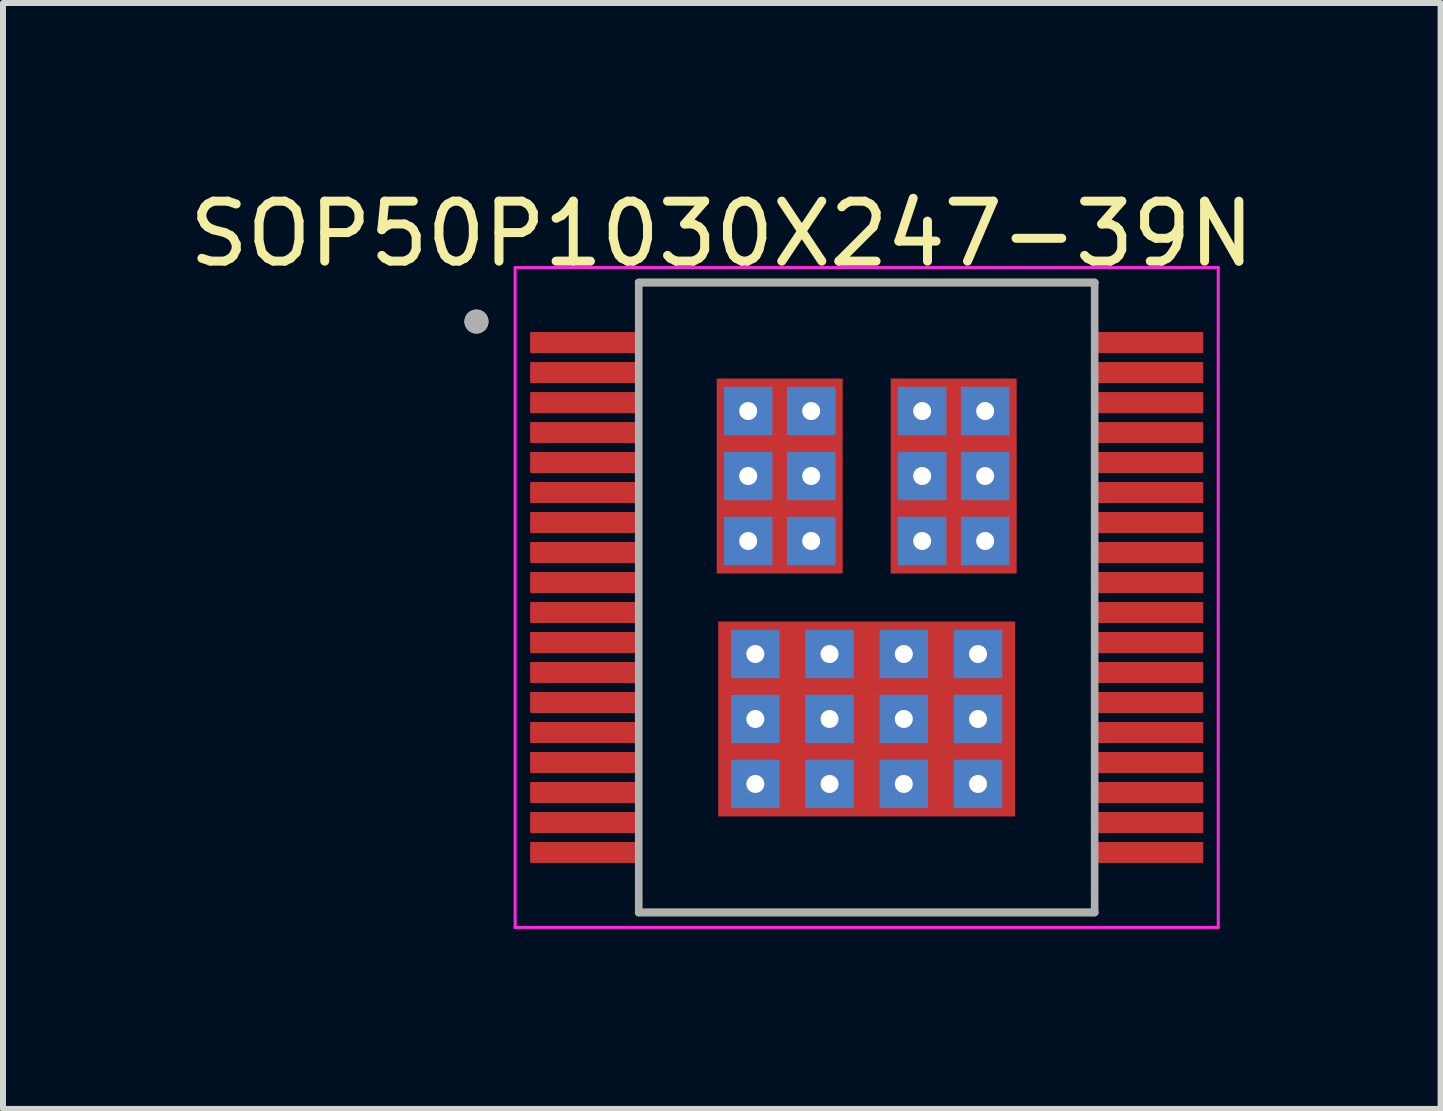
<source format=kicad_pcb>
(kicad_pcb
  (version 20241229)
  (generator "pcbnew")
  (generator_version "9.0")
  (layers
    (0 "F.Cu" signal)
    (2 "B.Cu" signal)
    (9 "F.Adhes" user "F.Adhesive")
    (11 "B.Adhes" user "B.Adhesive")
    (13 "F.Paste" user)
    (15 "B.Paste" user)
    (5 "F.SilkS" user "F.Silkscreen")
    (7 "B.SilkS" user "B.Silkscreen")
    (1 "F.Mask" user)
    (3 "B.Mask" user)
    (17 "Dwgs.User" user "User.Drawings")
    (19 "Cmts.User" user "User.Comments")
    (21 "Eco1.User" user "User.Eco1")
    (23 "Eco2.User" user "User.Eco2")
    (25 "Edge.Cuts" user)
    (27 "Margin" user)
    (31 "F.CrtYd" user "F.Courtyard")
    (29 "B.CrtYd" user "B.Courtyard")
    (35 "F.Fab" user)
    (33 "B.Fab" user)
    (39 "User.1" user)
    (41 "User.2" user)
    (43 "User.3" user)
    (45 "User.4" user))
  (footprint "SOP50P1030X247-39N"
    (layer "F.Cu")
    (at 11.397 6.91)
    (property "Reference" "SOP50P1030X247-39N" (at -2.415 -6.062 0) (layer "F.SilkS") (effects (font (size 1 1) (thickness 0.15))))
    (attr through_hole)
    (fp_line (start -3.8 -5.25) (end 3.8 -5.25) (stroke (width 0.127) (type solid)) (layer "F.SilkS"))
    (fp_line (start -3.8 5.25) (end 3.8 5.25) (stroke (width 0.127) (type solid)) (layer "F.SilkS"))
    (fp_circle (center -6.505 -4.6) (end -6.405 -4.6) (stroke (width 0.2) (type solid)) (fill no) (layer "F.SilkS"))
    (fp_poly (pts (xy -2.192 -3.174) (xy -0.708 -3.174) (xy -0.708 -0.876) (xy -2.192 -0.876)) (stroke (width 0.01) (type solid)) (fill yes) (layer "F.Paste"))
    (fp_poly (pts (xy -1.75 0.876) (xy 1.75 0.876) (xy 1.75 3.174) (xy -1.75 3.174)) (stroke (width 0.01) (type solid)) (fill yes) (layer "F.Paste"))
    (fp_poly (pts (xy 0.708 -3.174) (xy 2.192 -3.174) (xy 2.192 -0.876) (xy 0.708 -0.876)) (stroke (width 0.01) (type solid)) (fill yes) (layer "F.Paste"))
    (fp_line (start -5.86 -5.5) (end -5.86 5.5) (stroke (width 0.05) (type solid)) (layer "F.CrtYd"))
    (fp_line (start -5.86 -5.5) (end 5.86 -5.5) (stroke (width 0.05) (type solid)) (layer "F.CrtYd"))
    (fp_line (start -5.86 5.5) (end 5.86 5.5) (stroke (width 0.05) (type solid)) (layer "F.CrtYd"))
    (fp_line (start 5.86 -5.5) (end 5.86 5.5) (stroke (width 0.05) (type solid)) (layer "F.CrtYd"))
    (fp_line (start -3.8 -5.25) (end -3.8 5.25) (stroke (width 0.127) (type solid)) (layer "F.Fab"))
    (fp_line (start -3.8 -5.25) (end 3.8 -5.25) (stroke (width 0.127) (type solid)) (layer "F.Fab"))
    (fp_line (start -3.8 5.25) (end 3.8 5.25) (stroke (width 0.127) (type solid)) (layer "F.Fab"))
    (fp_line (start 3.8 -5.25) (end 3.8 5.25) (stroke (width 0.127) (type solid)) (layer "F.Fab"))
    (fp_circle (center -6.505 -4.6) (end -6.405 -4.6) (stroke (width 0.2) (type solid)) (fill no) (layer "F.Fab"))
    (pad "1" smd roundrect (at -4.715 -4.25) (size 1.79 0.35) (layers "F.Cu" "F.Mask" "F.Paste") (roundrect_rratio 0.04))
    (pad "2" smd roundrect (at -4.715 -3.75) (size 1.79 0.35) (layers "F.Cu" "F.Mask" "F.Paste") (roundrect_rratio 0.04))
    (pad "3" smd roundrect (at -4.715 -3.25) (size 1.79 0.35) (layers "F.Cu" "F.Mask" "F.Paste") (roundrect_rratio 0.04))
    (pad "4" smd roundrect (at -4.715 -2.75) (size 1.79 0.35) (layers "F.Cu" "F.Mask" "F.Paste") (roundrect_rratio 0.04))
    (pad "5" smd roundrect (at -4.715 -2.25) (size 1.79 0.35) (layers "F.Cu" "F.Mask" "F.Paste") (roundrect_rratio 0.04))
    (pad "6" smd roundrect (at -4.715 -1.75) (size 1.79 0.35) (layers "F.Cu" "F.Mask" "F.Paste") (roundrect_rratio 0.04))
    (pad "7" smd roundrect (at -4.715 -1.25) (size 1.79 0.35) (layers "F.Cu" "F.Mask" "F.Paste") (roundrect_rratio 0.04))
    (pad "8" smd roundrect (at -4.715 -0.75) (size 1.79 0.35) (layers "F.Cu" "F.Mask" "F.Paste") (roundrect_rratio 0.04))
    (pad "9" smd roundrect (at -4.715 -0.25) (size 1.79 0.35) (layers "F.Cu" "F.Mask" "F.Paste") (roundrect_rratio 0.04))
    (pad "10" smd roundrect (at -4.715 0.25) (size 1.79 0.35) (layers "F.Cu" "F.Mask" "F.Paste") (roundrect_rratio 0.04))
    (pad "11" smd roundrect (at -4.715 0.75) (size 1.79 0.35) (layers "F.Cu" "F.Mask" "F.Paste") (roundrect_rratio 0.04))
    (pad "12" smd roundrect (at -4.715 1.25) (size 1.79 0.35) (layers "F.Cu" "F.Mask" "F.Paste") (roundrect_rratio 0.04))
    (pad "13" smd roundrect (at -4.715 1.75) (size 1.79 0.35) (layers "F.Cu" "F.Mask" "F.Paste") (roundrect_rratio 0.04))
    (pad "14" smd roundrect (at -4.715 2.25) (size 1.79 0.35) (layers "F.Cu" "F.Mask" "F.Paste") (roundrect_rratio 0.04))
    (pad "15" smd roundrect (at -4.715 2.75) (size 1.79 0.35) (layers "F.Cu" "F.Mask" "F.Paste") (roundrect_rratio 0.04))
    (pad "16" smd roundrect (at -4.715 3.25) (size 1.79 0.35) (layers "F.Cu" "F.Mask" "F.Paste") (roundrect_rratio 0.04))
    (pad "17" smd roundrect (at -4.715 3.75) (size 1.79 0.35) (layers "F.Cu" "F.Mask" "F.Paste") (roundrect_rratio 0.04))
    (pad "18" smd roundrect (at -4.715 4.25) (size 1.79 0.35) (layers "F.Cu" "F.Mask" "F.Paste") (roundrect_rratio 0.04))
    (pad "19" smd roundrect (at 4.715 4.25) (size 1.79 0.35) (layers "F.Cu" "F.Mask" "F.Paste") (roundrect_rratio 0.04))
    (pad "20" smd roundrect (at 4.715 3.75) (size 1.79 0.35) (layers "F.Cu" "F.Mask" "F.Paste") (roundrect_rratio 0.04))
    (pad "21" smd roundrect (at 4.715 3.25) (size 1.79 0.35) (layers "F.Cu" "F.Mask" "F.Paste") (roundrect_rratio 0.04))
    (pad "22" smd roundrect (at 4.715 2.75) (size 1.79 0.35) (layers "F.Cu" "F.Mask" "F.Paste") (roundrect_rratio 0.04))
    (pad "23" smd roundrect (at 4.715 2.25) (size 1.79 0.35) (layers "F.Cu" "F.Mask" "F.Paste") (roundrect_rratio 0.04))
    (pad "24" smd roundrect (at 4.715 1.75) (size 1.79 0.35) (layers "F.Cu" "F.Mask" "F.Paste") (roundrect_rratio 0.04))
    (pad "25" smd roundrect (at 4.715 1.25) (size 1.79 0.35) (layers "F.Cu" "F.Mask" "F.Paste") (roundrect_rratio 0.04))
    (pad "26" smd roundrect (at 4.715 0.75) (size 1.79 0.35) (layers "F.Cu" "F.Mask" "F.Paste") (roundrect_rratio 0.04))
    (pad "27" smd roundrect (at 4.715 0.25) (size 1.79 0.35) (layers "F.Cu" "F.Mask" "F.Paste") (roundrect_rratio 0.04))
    (pad "28" smd roundrect (at 4.715 -0.25) (size 1.79 0.35) (layers "F.Cu" "F.Mask" "F.Paste") (roundrect_rratio 0.04))
    (pad "29" smd roundrect (at 4.715 -0.75) (size 1.79 0.35) (layers "F.Cu" "F.Mask" "F.Paste") (roundrect_rratio 0.04))
    (pad "30" smd roundrect (at 4.715 -1.25) (size 1.79 0.35) (layers "F.Cu" "F.Mask" "F.Paste") (roundrect_rratio 0.04))
    (pad "31" smd roundrect (at 4.715 -1.75) (size 1.79 0.35) (layers "F.Cu" "F.Mask" "F.Paste") (roundrect_rratio 0.04))
    (pad "32" smd roundrect (at 4.715 -2.25) (size 1.79 0.35) (layers "F.Cu" "F.Mask" "F.Paste") (roundrect_rratio 0.04))
    (pad "33" smd roundrect (at 4.715 -2.75) (size 1.79 0.35) (layers "F.Cu" "F.Mask" "F.Paste") (roundrect_rratio 0.04))
    (pad "34" smd roundrect (at 4.715 -3.25) (size 1.79 0.35) (layers "F.Cu" "F.Mask" "F.Paste") (roundrect_rratio 0.04))
    (pad "35" smd roundrect (at 4.715 -3.75) (size 1.79 0.35) (layers "F.Cu" "F.Mask" "F.Paste") (roundrect_rratio 0.04))
    (pad "36" smd roundrect (at 4.715 -4.25) (size 1.79 0.35) (layers "F.Cu" "F.Mask" "F.Paste") (roundrect_rratio 0.04))
    (pad "37" smd rect (at 1.45 -2.025 180) (size 2.1 3.25) (layers "F.Cu" "F.Mask"))
    (pad "37_1" thru_hole rect (at 1.975 -0.942) (size 0.808 0.808) (drill 0.3) (layers "*.Cu" "*.Mask"))
    (pad "37_2" thru_hole rect (at 0.925 -0.942) (size 0.808 0.808) (drill 0.3) (layers "*.Cu" "*.Mask"))
    (pad "37_3" thru_hole rect (at 1.975 -2.025) (size 0.808 0.808) (drill 0.3) (layers "*.Cu" "*.Mask"))
    (pad "37_4" thru_hole rect (at 0.925 -2.025) (size 0.808 0.808) (drill 0.3) (layers "*.Cu" "*.Mask"))
    (pad "37_5" thru_hole rect (at 1.975 -3.108) (size 0.808 0.808) (drill 0.3) (layers "*.Cu" "*.Mask"))
    (pad "37_6" thru_hole rect (at 0.925 -3.108) (size 0.808 0.808) (drill 0.3) (layers "*.Cu" "*.Mask"))
    (pad "38" smd rect (at -1.45 -2.025 180) (size 2.1 3.25) (layers "F.Cu" "F.Mask"))
    (pad "38_1" thru_hole rect (at -0.925 -0.942) (size 0.808 0.808) (drill 0.3) (layers "*.Cu" "*.Mask"))
    (pad "38_2" thru_hole rect (at -1.975 -0.942) (size 0.808 0.808) (drill 0.3) (layers "*.Cu" "*.Mask"))
    (pad "38_3" thru_hole rect (at -0.925 -2.025) (size 0.808 0.808) (drill 0.3) (layers "*.Cu" "*.Mask"))
    (pad "38_4" thru_hole rect (at -1.975 -2.025) (size 0.808 0.808) (drill 0.3) (layers "*.Cu" "*.Mask"))
    (pad "38_5" thru_hole rect (at -0.925 -3.108) (size 0.808 0.808) (drill 0.3) (layers "*.Cu" "*.Mask"))
    (pad "38_6" thru_hole rect (at -1.975 -3.108) (size 0.808 0.808) (drill 0.3) (layers "*.Cu" "*.Mask"))
    (pad "39" smd rect (at 0 2.025 180) (size 4.95 3.25) (layers "F.Cu" "F.Mask"))
    (pad "39_1" thru_hole rect (at 1.856 3.108) (size 0.808 0.808) (drill 0.3) (layers "*.Cu" "*.Mask"))
    (pad "39_2" thru_hole rect (at 0.619 3.108) (size 0.808 0.808) (drill 0.3) (layers "*.Cu" "*.Mask"))
    (pad "39_3" thru_hole rect (at -0.619 3.108) (size 0.808 0.808) (drill 0.3) (layers "*.Cu" "*.Mask"))
    (pad "39_4" thru_hole rect (at -1.856 3.108) (size 0.808 0.808) (drill 0.3) (layers "*.Cu" "*.Mask"))
    (pad "39_5" thru_hole rect (at 1.856 2.025) (size 0.808 0.808) (drill 0.3) (layers "*.Cu" "*.Mask"))
    (pad "39_6" thru_hole rect (at 0.619 2.025) (size 0.808 0.808) (drill 0.3) (layers "*.Cu" "*.Mask"))
    (pad "39_7" thru_hole rect (at -0.619 2.025) (size 0.808 0.808) (drill 0.3) (layers "*.Cu" "*.Mask"))
    (pad "39_8" thru_hole rect (at -1.856 2.025) (size 0.808 0.808) (drill 0.3) (layers "*.Cu" "*.Mask"))
    (pad "39_9" thru_hole rect (at 1.856 0.942) (size 0.808 0.808) (drill 0.3) (layers "*.Cu" "*.Mask"))
    (pad "39_10" thru_hole rect (at 0.619 0.942) (size 0.808 0.808) (drill 0.3) (layers "*.Cu" "*.Mask"))
    (pad "39_11" thru_hole rect (at -0.619 0.942) (size 0.808 0.808) (drill 0.3) (layers "*.Cu" "*.Mask"))
    (pad "39_12" thru_hole rect (at -1.856 0.942) (size 0.808 0.808) (drill 0.3) (layers "*.Cu" "*.Mask")))
  (gr_rect
    (start -3 -3)
    (end 20.964 15.435)
    (stroke (width 0.1) (type default))
    (fill no)
    (layer "Edge.Cuts")))
</source>
